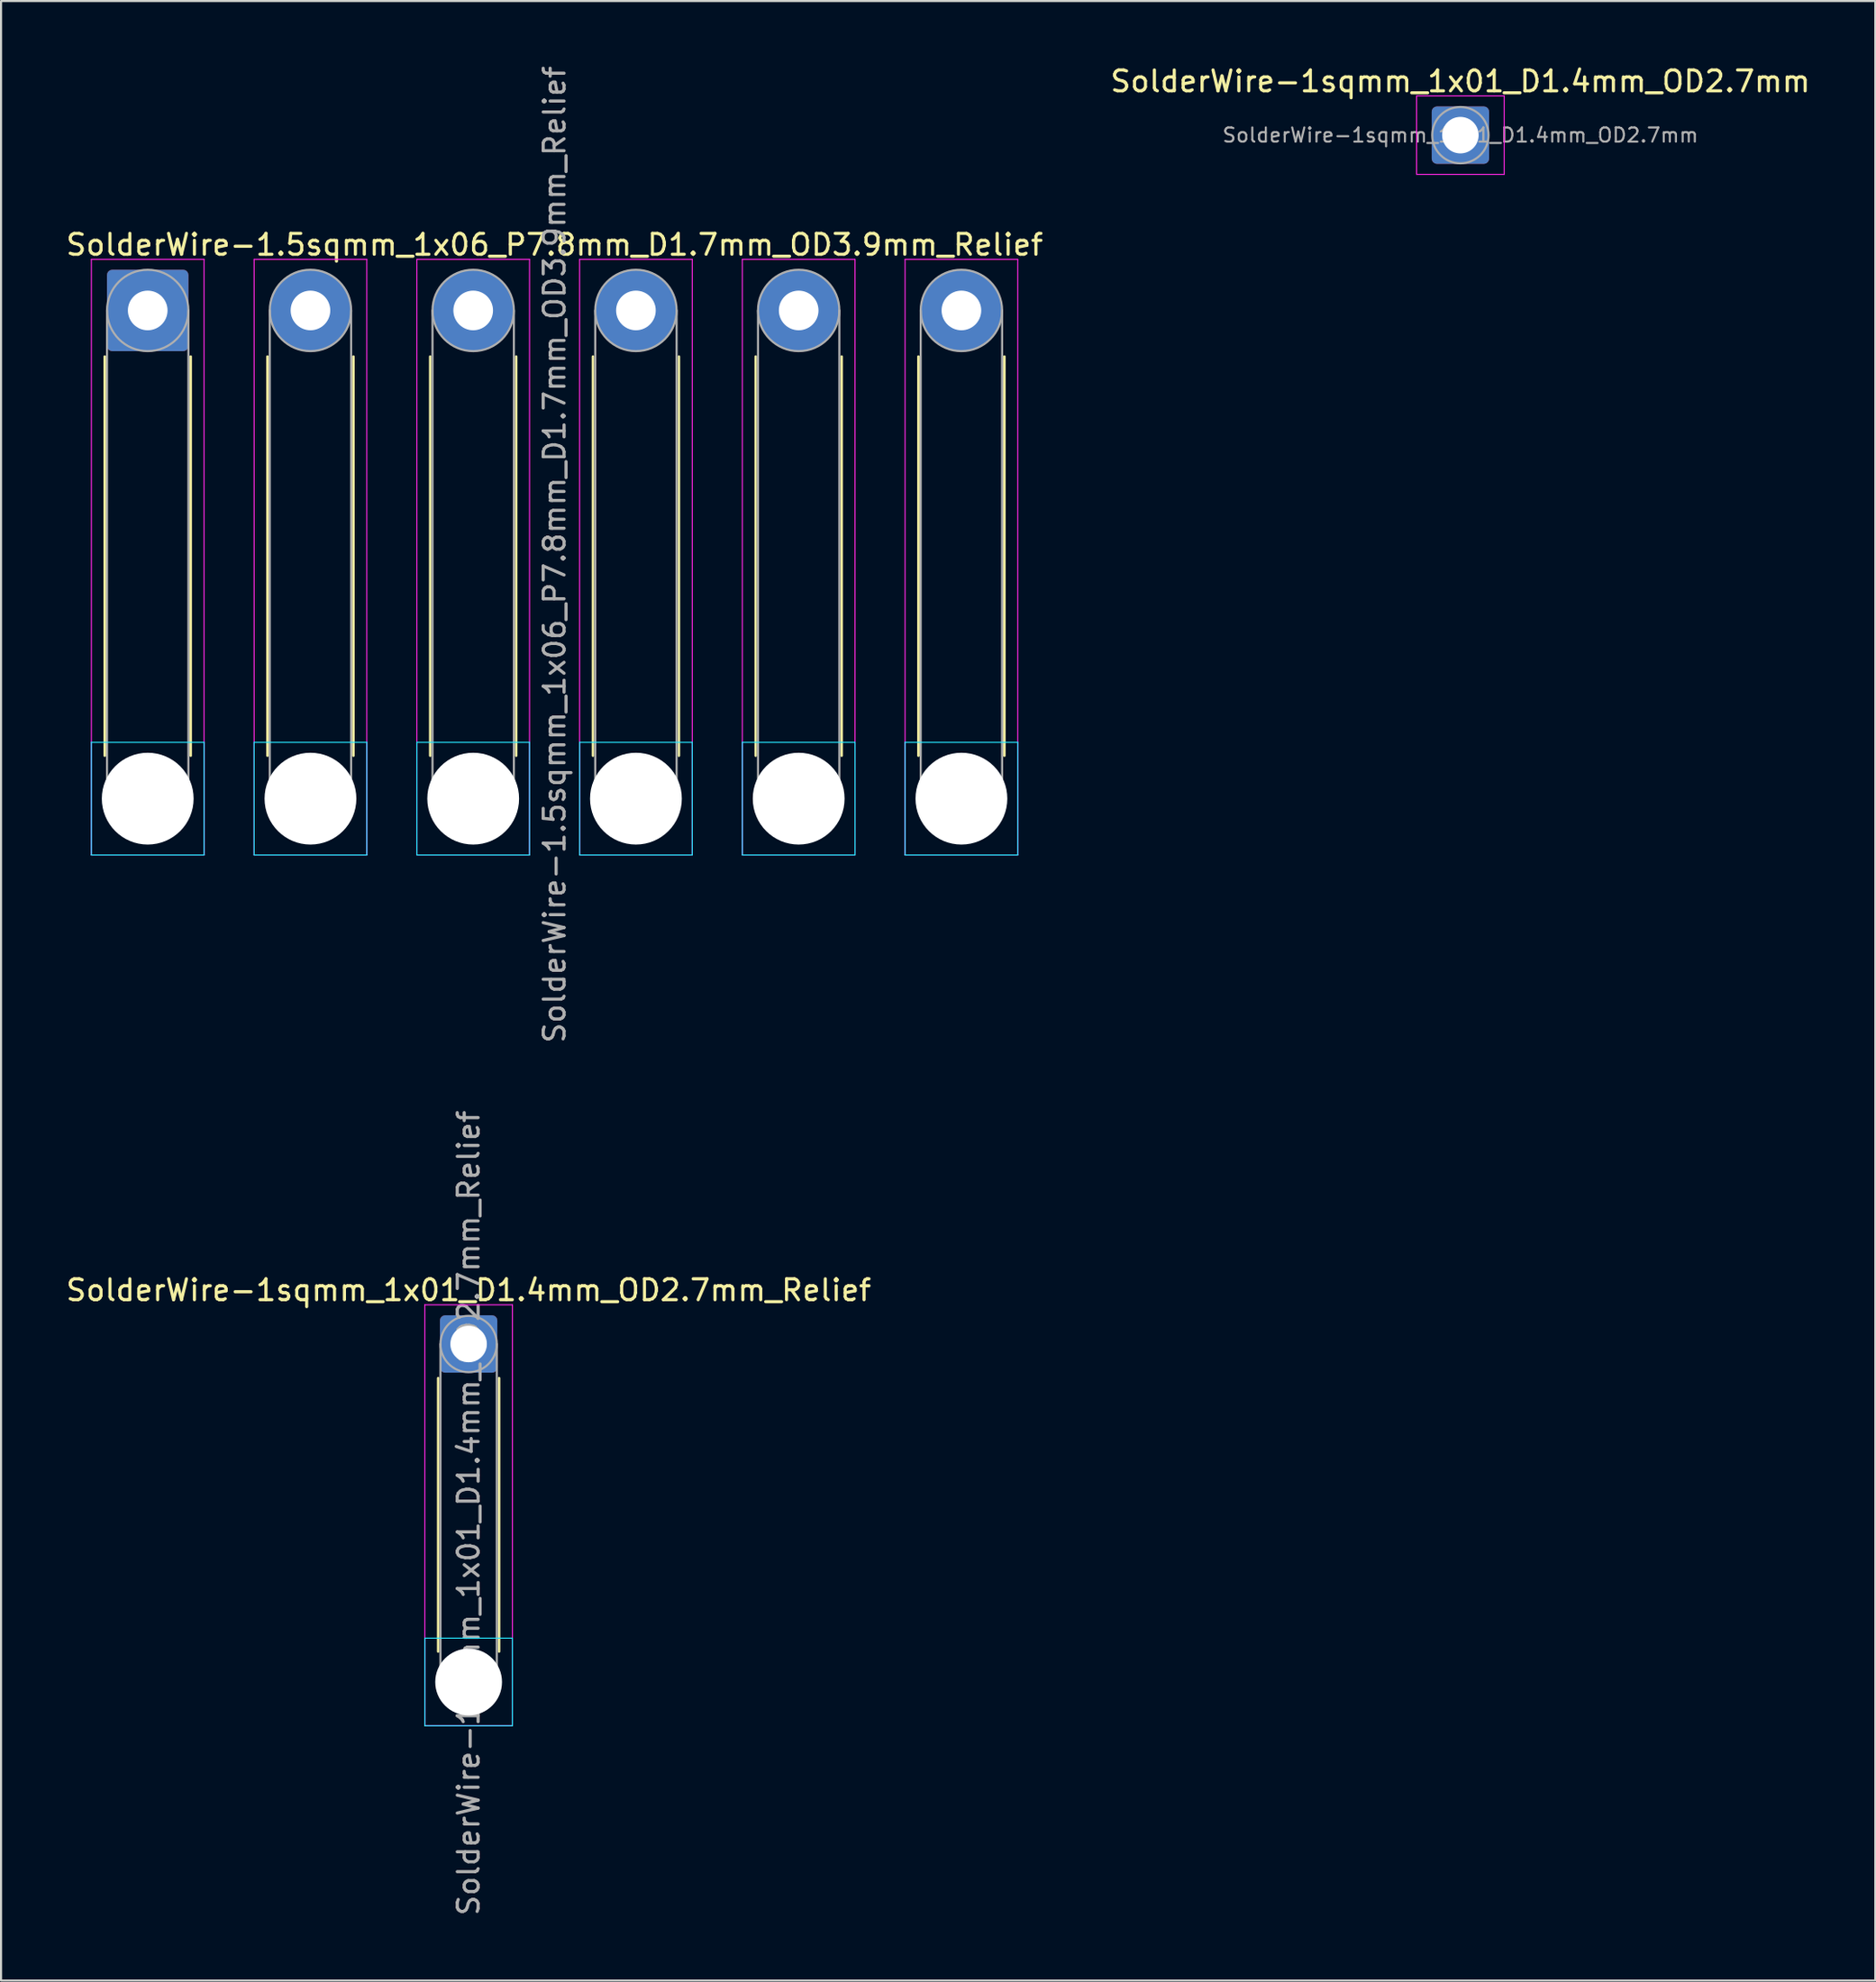
<source format=kicad_pcb>
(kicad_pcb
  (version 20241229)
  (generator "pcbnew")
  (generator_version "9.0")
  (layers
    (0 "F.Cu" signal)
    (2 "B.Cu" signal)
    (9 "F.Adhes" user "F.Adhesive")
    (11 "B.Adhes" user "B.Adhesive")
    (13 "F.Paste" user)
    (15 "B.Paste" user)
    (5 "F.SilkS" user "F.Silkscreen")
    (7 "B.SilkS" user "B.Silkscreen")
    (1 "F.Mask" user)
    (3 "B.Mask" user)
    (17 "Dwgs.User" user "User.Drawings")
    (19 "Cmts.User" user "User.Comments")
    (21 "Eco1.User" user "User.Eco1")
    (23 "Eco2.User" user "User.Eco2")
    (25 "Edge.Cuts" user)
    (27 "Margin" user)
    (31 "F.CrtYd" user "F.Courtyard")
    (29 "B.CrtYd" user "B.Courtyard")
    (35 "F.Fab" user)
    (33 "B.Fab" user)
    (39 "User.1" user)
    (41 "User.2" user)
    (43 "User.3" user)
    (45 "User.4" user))
  (footprint "SolderWire-1sqmm_1x01_D1.4mm_OD2.7mm_Relief"
    (layer "F.Cu")
    (at 19.411 61.37)
    (property "Reference" "SolderWire-1sqmm_1x01_D1.4mm_OD2.7mm_Relief" (at 0 -2.58 0) (layer "F.SilkS") (effects (font (size 1 1) (thickness 0.15))))
    (attr exclude_from_pos_files exclude_from_bom)
    (fp_line (start -1.46 1.635) (end -1.46 14.74) (stroke (width 0.12) (type solid)) (layer "F.SilkS"))
    (fp_line (start 1.46 1.635) (end 1.46 14.74) (stroke (width 0.12) (type solid)) (layer "F.SilkS"))
    (fp_line (start -2.1 14.1) (end -2.1 18.3) (stroke (width 0.05) (type solid)) (layer "B.CrtYd"))
    (fp_line (start -2.1 18.3) (end 2.1 18.3) (stroke (width 0.05) (type solid)) (layer "B.CrtYd"))
    (fp_line (start 2.1 14.1) (end -2.1 14.1) (stroke (width 0.05) (type solid)) (layer "B.CrtYd"))
    (fp_line (start 2.1 18.3) (end 2.1 14.1) (stroke (width 0.05) (type solid)) (layer "B.CrtYd"))
    (fp_line (start -2.1 -1.88) (end -2.1 18.3) (stroke (width 0.05) (type solid)) (layer "F.CrtYd"))
    (fp_line (start -2.1 18.3) (end 2.1 18.3) (stroke (width 0.05) (type solid)) (layer "F.CrtYd"))
    (fp_line (start 2.1 -1.88) (end -2.1 -1.88) (stroke (width 0.05) (type solid)) (layer "F.CrtYd"))
    (fp_line (start 2.1 18.3) (end 2.1 -1.88) (stroke (width 0.05) (type solid)) (layer "F.CrtYd"))
    (fp_line (start -1.35 0) (end -1.35 16.2) (stroke (width 0.1) (type solid)) (layer "F.Fab"))
    (fp_line (start 1.35 0) (end 1.35 16.2) (stroke (width 0.1) (type solid)) (layer "F.Fab"))
    (fp_circle (center 0 0) (end 1.35 0) (stroke (width 0.1) (type solid)) (fill no) (layer "F.Fab"))
    (fp_circle (center 0 16.2) (end 1.35 16.2) (stroke (width 0.1) (type solid)) (fill no) (layer "F.Fab"))
    (fp_text user "${REFERENCE}" (at 0 8.1 90) (layer "F.Fab") (effects (font (size 1 1) (thickness 0.15))))
    (pad "" np_thru_hole circle (at 0 16.2) (size 3.2 3.2) (drill 3.2) (layers "*.Cu" "*.Mask"))
    (pad "1" thru_hole roundrect (at 0 0) (size 2.75 2.75) (drill 1.75) (layers "*.Cu" "*.Mask") (roundrect_rratio 0.091)))
  (footprint "SolderWire-1.5sqmm_1x06_P7.8mm_D1.7mm_OD3.9mm_Relief"
    (layer "F.Cu")
    (at 4.03 11.83)
    (property "Reference" "SolderWire-1.5sqmm_1x06_P7.8mm_D1.7mm_OD3.9mm_Relief" (at 19.5 -3.15 0) (layer "F.SilkS") (effects (font (size 1 1) (thickness 0.15))))
    (attr exclude_from_pos_files exclude_from_bom)
    (fp_line (start -2.06 2.21) (end -2.06 21.34) (stroke (width 0.12) (type solid)) (layer "F.SilkS"))
    (fp_line (start 2.06 2.21) (end 2.06 21.34) (stroke (width 0.12) (type solid)) (layer "F.SilkS"))
    (fp_line (start 5.74 2.21) (end 5.74 21.34) (stroke (width 0.12) (type solid)) (layer "F.SilkS"))
    (fp_line (start 9.86 2.21) (end 9.86 21.34) (stroke (width 0.12) (type solid)) (layer "F.SilkS"))
    (fp_line (start 13.54 2.21) (end 13.54 21.34) (stroke (width 0.12) (type solid)) (layer "F.SilkS"))
    (fp_line (start 17.66 2.21) (end 17.66 21.34) (stroke (width 0.12) (type solid)) (layer "F.SilkS"))
    (fp_line (start 21.34 2.21) (end 21.34 21.34) (stroke (width 0.12) (type solid)) (layer "F.SilkS"))
    (fp_line (start 25.46 2.21) (end 25.46 21.34) (stroke (width 0.12) (type solid)) (layer "F.SilkS"))
    (fp_line (start 29.14 2.21) (end 29.14 21.34) (stroke (width 0.12) (type solid)) (layer "F.SilkS"))
    (fp_line (start 33.26 2.21) (end 33.26 21.34) (stroke (width 0.12) (type solid)) (layer "F.SilkS"))
    (fp_line (start 36.94 2.21) (end 36.94 21.34) (stroke (width 0.12) (type solid)) (layer "F.SilkS"))
    (fp_line (start 41.06 2.21) (end 41.06 21.34) (stroke (width 0.12) (type solid)) (layer "F.SilkS"))
    (fp_line (start -2.7 20.7) (end -2.7 26.1) (stroke (width 0.05) (type solid)) (layer "B.CrtYd"))
    (fp_line (start -2.7 26.1) (end 2.7 26.1) (stroke (width 0.05) (type solid)) (layer "B.CrtYd"))
    (fp_line (start 2.7 20.7) (end -2.7 20.7) (stroke (width 0.05) (type solid)) (layer "B.CrtYd"))
    (fp_line (start 2.7 26.1) (end 2.7 20.7) (stroke (width 0.05) (type solid)) (layer "B.CrtYd"))
    (fp_line (start 5.1 20.7) (end 5.1 26.1) (stroke (width 0.05) (type solid)) (layer "B.CrtYd"))
    (fp_line (start 5.1 26.1) (end 10.5 26.1) (stroke (width 0.05) (type solid)) (layer "B.CrtYd"))
    (fp_line (start 10.5 20.7) (end 5.1 20.7) (stroke (width 0.05) (type solid)) (layer "B.CrtYd"))
    (fp_line (start 10.5 26.1) (end 10.5 20.7) (stroke (width 0.05) (type solid)) (layer "B.CrtYd"))
    (fp_line (start 12.9 20.7) (end 12.9 26.1) (stroke (width 0.05) (type solid)) (layer "B.CrtYd"))
    (fp_line (start 12.9 26.1) (end 18.3 26.1) (stroke (width 0.05) (type solid)) (layer "B.CrtYd"))
    (fp_line (start 18.3 20.7) (end 12.9 20.7) (stroke (width 0.05) (type solid)) (layer "B.CrtYd"))
    (fp_line (start 18.3 26.1) (end 18.3 20.7) (stroke (width 0.05) (type solid)) (layer "B.CrtYd"))
    (fp_line (start 20.7 20.7) (end 20.7 26.1) (stroke (width 0.05) (type solid)) (layer "B.CrtYd"))
    (fp_line (start 20.7 26.1) (end 26.1 26.1) (stroke (width 0.05) (type solid)) (layer "B.CrtYd"))
    (fp_line (start 26.1 20.7) (end 20.7 20.7) (stroke (width 0.05) (type solid)) (layer "B.CrtYd"))
    (fp_line (start 26.1 26.1) (end 26.1 20.7) (stroke (width 0.05) (type solid)) (layer "B.CrtYd"))
    (fp_line (start 28.5 20.7) (end 28.5 26.1) (stroke (width 0.05) (type solid)) (layer "B.CrtYd"))
    (fp_line (start 28.5 26.1) (end 33.9 26.1) (stroke (width 0.05) (type solid)) (layer "B.CrtYd"))
    (fp_line (start 33.9 20.7) (end 28.5 20.7) (stroke (width 0.05) (type solid)) (layer "B.CrtYd"))
    (fp_line (start 33.9 26.1) (end 33.9 20.7) (stroke (width 0.05) (type solid)) (layer "B.CrtYd"))
    (fp_line (start 36.3 20.7) (end 36.3 26.1) (stroke (width 0.05) (type solid)) (layer "B.CrtYd"))
    (fp_line (start 36.3 26.1) (end 41.7 26.1) (stroke (width 0.05) (type solid)) (layer "B.CrtYd"))
    (fp_line (start 41.7 20.7) (end 36.3 20.7) (stroke (width 0.05) (type solid)) (layer "B.CrtYd"))
    (fp_line (start 41.7 26.1) (end 41.7 20.7) (stroke (width 0.05) (type solid)) (layer "B.CrtYd"))
    (fp_line (start -2.7 -2.45) (end -2.7 26.1) (stroke (width 0.05) (type solid)) (layer "F.CrtYd"))
    (fp_line (start -2.7 26.1) (end 2.7 26.1) (stroke (width 0.05) (type solid)) (layer "F.CrtYd"))
    (fp_line (start 2.7 -2.45) (end -2.7 -2.45) (stroke (width 0.05) (type solid)) (layer "F.CrtYd"))
    (fp_line (start 2.7 26.1) (end 2.7 -2.45) (stroke (width 0.05) (type solid)) (layer "F.CrtYd"))
    (fp_line (start 5.1 -2.45) (end 5.1 26.1) (stroke (width 0.05) (type solid)) (layer "F.CrtYd"))
    (fp_line (start 5.1 26.1) (end 10.5 26.1) (stroke (width 0.05) (type solid)) (layer "F.CrtYd"))
    (fp_line (start 10.5 -2.45) (end 5.1 -2.45) (stroke (width 0.05) (type solid)) (layer "F.CrtYd"))
    (fp_line (start 10.5 26.1) (end 10.5 -2.45) (stroke (width 0.05) (type solid)) (layer "F.CrtYd"))
    (fp_line (start 12.9 -2.45) (end 12.9 26.1) (stroke (width 0.05) (type solid)) (layer "F.CrtYd"))
    (fp_line (start 12.9 26.1) (end 18.3 26.1) (stroke (width 0.05) (type solid)) (layer "F.CrtYd"))
    (fp_line (start 18.3 -2.45) (end 12.9 -2.45) (stroke (width 0.05) (type solid)) (layer "F.CrtYd"))
    (fp_line (start 18.3 26.1) (end 18.3 -2.45) (stroke (width 0.05) (type solid)) (layer "F.CrtYd"))
    (fp_line (start 20.7 -2.45) (end 20.7 26.1) (stroke (width 0.05) (type solid)) (layer "F.CrtYd"))
    (fp_line (start 20.7 26.1) (end 26.1 26.1) (stroke (width 0.05) (type solid)) (layer "F.CrtYd"))
    (fp_line (start 26.1 -2.45) (end 20.7 -2.45) (stroke (width 0.05) (type solid)) (layer "F.CrtYd"))
    (fp_line (start 26.1 26.1) (end 26.1 -2.45) (stroke (width 0.05) (type solid)) (layer "F.CrtYd"))
    (fp_line (start 28.5 -2.45) (end 28.5 26.1) (stroke (width 0.05) (type solid)) (layer "F.CrtYd"))
    (fp_line (start 28.5 26.1) (end 33.9 26.1) (stroke (width 0.05) (type solid)) (layer "F.CrtYd"))
    (fp_line (start 33.9 -2.45) (end 28.5 -2.45) (stroke (width 0.05) (type solid)) (layer "F.CrtYd"))
    (fp_line (start 33.9 26.1) (end 33.9 -2.45) (stroke (width 0.05) (type solid)) (layer "F.CrtYd"))
    (fp_line (start 36.3 -2.45) (end 36.3 26.1) (stroke (width 0.05) (type solid)) (layer "F.CrtYd"))
    (fp_line (start 36.3 26.1) (end 41.7 26.1) (stroke (width 0.05) (type solid)) (layer "F.CrtYd"))
    (fp_line (start 41.7 -2.45) (end 36.3 -2.45) (stroke (width 0.05) (type solid)) (layer "F.CrtYd"))
    (fp_line (start 41.7 26.1) (end 41.7 -2.45) (stroke (width 0.05) (type solid)) (layer "F.CrtYd"))
    (fp_line (start -1.95 0) (end -1.95 23.4) (stroke (width 0.1) (type solid)) (layer "F.Fab"))
    (fp_line (start 1.95 0) (end 1.95 23.4) (stroke (width 0.1) (type solid)) (layer "F.Fab"))
    (fp_line (start 5.85 0) (end 5.85 23.4) (stroke (width 0.1) (type solid)) (layer "F.Fab"))
    (fp_line (start 9.75 0) (end 9.75 23.4) (stroke (width 0.1) (type solid)) (layer "F.Fab"))
    (fp_line (start 13.65 0) (end 13.65 23.4) (stroke (width 0.1) (type solid)) (layer "F.Fab"))
    (fp_line (start 17.55 0) (end 17.55 23.4) (stroke (width 0.1) (type solid)) (layer "F.Fab"))
    (fp_line (start 21.45 0) (end 21.45 23.4) (stroke (width 0.1) (type solid)) (layer "F.Fab"))
    (fp_line (start 25.35 0) (end 25.35 23.4) (stroke (width 0.1) (type solid)) (layer "F.Fab"))
    (fp_line (start 29.25 0) (end 29.25 23.4) (stroke (width 0.1) (type solid)) (layer "F.Fab"))
    (fp_line (start 33.15 0) (end 33.15 23.4) (stroke (width 0.1) (type solid)) (layer "F.Fab"))
    (fp_line (start 37.05 0) (end 37.05 23.4) (stroke (width 0.1) (type solid)) (layer "F.Fab"))
    (fp_line (start 40.95 0) (end 40.95 23.4) (stroke (width 0.1) (type solid)) (layer "F.Fab"))
    (fp_circle (center 0 0) (end 1.95 0) (stroke (width 0.1) (type solid)) (fill no) (layer "F.Fab"))
    (fp_circle (center 0 23.4) (end 1.95 23.4) (stroke (width 0.1) (type solid)) (fill no) (layer "F.Fab"))
    (fp_circle (center 7.8 0) (end 9.75 0) (stroke (width 0.1) (type solid)) (fill no) (layer "F.Fab"))
    (fp_circle (center 7.8 23.4) (end 9.75 23.4) (stroke (width 0.1) (type solid)) (fill no) (layer "F.Fab"))
    (fp_circle (center 15.6 0) (end 17.55 0) (stroke (width 0.1) (type solid)) (fill no) (layer "F.Fab"))
    (fp_circle (center 15.6 23.4) (end 17.55 23.4) (stroke (width 0.1) (type solid)) (fill no) (layer "F.Fab"))
    (fp_circle (center 23.4 0) (end 25.35 0) (stroke (width 0.1) (type solid)) (fill no) (layer "F.Fab"))
    (fp_circle (center 23.4 23.4) (end 25.35 23.4) (stroke (width 0.1) (type solid)) (fill no) (layer "F.Fab"))
    (fp_circle (center 31.2 0) (end 33.15 0) (stroke (width 0.1) (type solid)) (fill no) (layer "F.Fab"))
    (fp_circle (center 31.2 23.4) (end 33.15 23.4) (stroke (width 0.1) (type solid)) (fill no) (layer "F.Fab"))
    (fp_circle (center 39 0) (end 40.95 0) (stroke (width 0.1) (type solid)) (fill no) (layer "F.Fab"))
    (fp_circle (center 39 23.4) (end 40.95 23.4) (stroke (width 0.1) (type solid)) (fill no) (layer "F.Fab"))
    (fp_text user "${REFERENCE}" (at 19.5 11.7 90) (layer "F.Fab") (effects (font (size 1 1) (thickness 0.15))))
    (pad "" np_thru_hole circle (at 0 23.4) (size 4.4 4.4) (drill 4.4) (layers "*.Cu" "*.Mask"))
    (pad "" np_thru_hole circle (at 7.8 23.4) (size 4.4 4.4) (drill 4.4) (layers "*.Cu" "*.Mask"))
    (pad "" np_thru_hole circle (at 15.6 23.4) (size 4.4 4.4) (drill 4.4) (layers "*.Cu" "*.Mask"))
    (pad "" np_thru_hole circle (at 23.4 23.4) (size 4.4 4.4) (drill 4.4) (layers "*.Cu" "*.Mask"))
    (pad "" np_thru_hole circle (at 31.2 23.4) (size 4.4 4.4) (drill 4.4) (layers "*.Cu" "*.Mask"))
    (pad "" np_thru_hole circle (at 39 23.4) (size 4.4 4.4) (drill 4.4) (layers "*.Cu" "*.Mask"))
    (pad "1" thru_hole roundrect (at 0 0) (size 3.9 3.9) (drill 1.9) (layers "*.Cu" "*.Mask") (roundrect_rratio 0.064))
    (pad "2" thru_hole circle (at 7.8 0) (size 3.9 3.9) (drill 1.9) (layers "*.Cu" "*.Mask"))
    (pad "3" thru_hole circle (at 15.6 0) (size 3.9 3.9) (drill 1.9) (layers "*.Cu" "*.Mask"))
    (pad "4" thru_hole circle (at 23.4 0) (size 3.9 3.9) (drill 1.9) (layers "*.Cu" "*.Mask"))
    (pad "5" thru_hole circle (at 31.2 0) (size 3.9 3.9) (drill 1.9) (layers "*.Cu" "*.Mask"))
    (pad "6" thru_hole circle (at 39 0) (size 3.9 3.9) (drill 1.9) (layers "*.Cu" "*.Mask")))
  (footprint "SolderWire-1sqmm_1x01_D1.4mm_OD2.7mm"
    (layer "F.Cu")
    (at 66.946 3.428)
    (property "Reference" "SolderWire-1sqmm_1x01_D1.4mm_OD2.7mm" (at 0 -2.58 0) (layer "F.SilkS") (effects (font (size 1 1) (thickness 0.15))))
    (attr exclude_from_pos_files exclude_from_bom)
    (fp_line (start -2.1 -1.88) (end -2.1 1.88) (stroke (width 0.05) (type solid)) (layer "F.CrtYd"))
    (fp_line (start -2.1 1.88) (end 2.1 1.88) (stroke (width 0.05) (type solid)) (layer "F.CrtYd"))
    (fp_line (start 2.1 -1.88) (end -2.1 -1.88) (stroke (width 0.05) (type solid)) (layer "F.CrtYd"))
    (fp_line (start 2.1 1.88) (end 2.1 -1.88) (stroke (width 0.05) (type solid)) (layer "F.CrtYd"))
    (fp_circle (center 0 0) (end 1.35 0) (stroke (width 0.1) (type solid)) (fill no) (layer "F.Fab"))
    (fp_text user "${REFERENCE}" (at 0 0 0) (layer "F.Fab") (effects (font (size 0.68 0.68) (thickness 0.1))))
    (pad "1" thru_hole roundrect (at 0 0) (size 2.75 2.75) (drill 1.75) (layers "*.Cu" "*.Mask") (roundrect_rratio 0.091)))
  (gr_rect
    (start -3 -3)
    (end 86.833 91.881)
    (stroke (width 0.1) (type default))
    (fill no)
    (layer "Edge.Cuts")))
</source>
